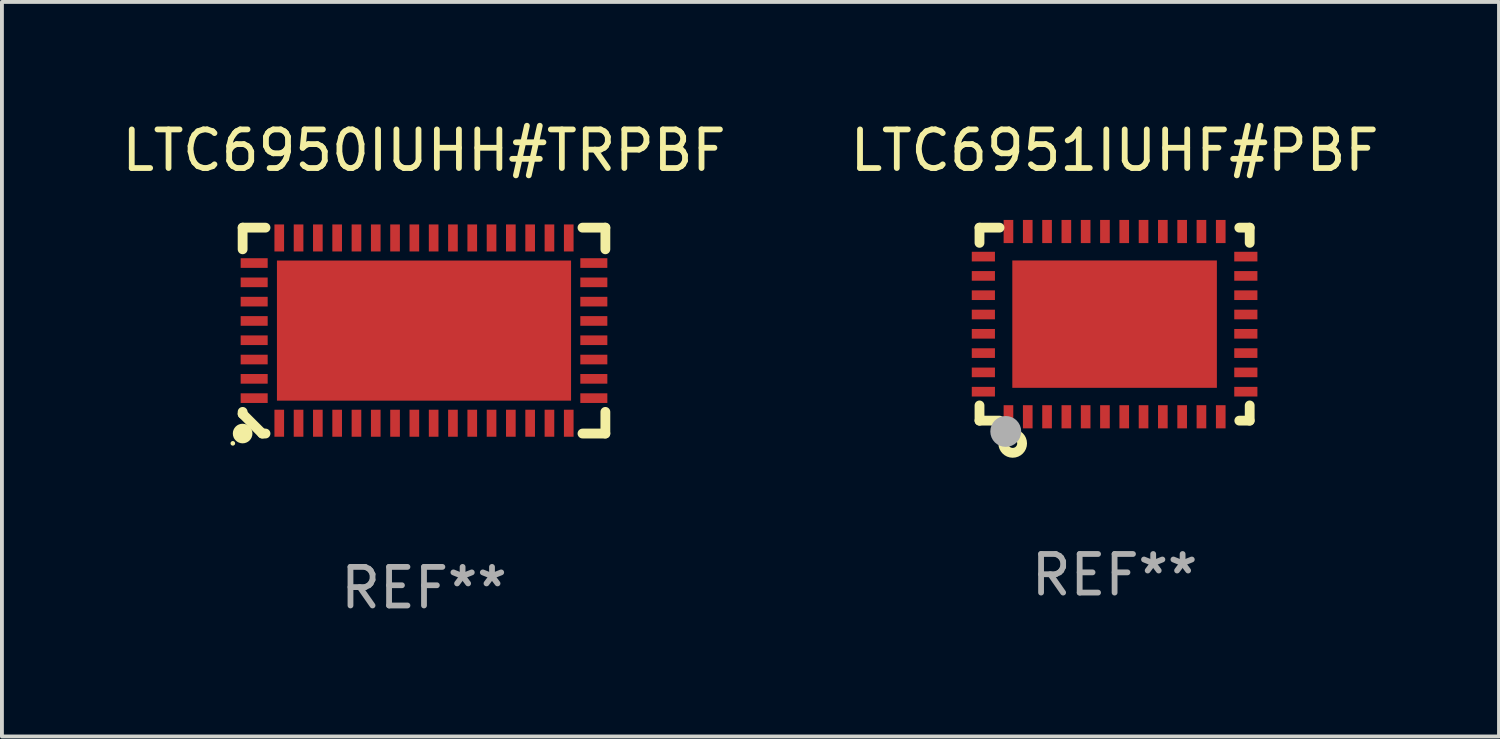
<source format=kicad_pcb>
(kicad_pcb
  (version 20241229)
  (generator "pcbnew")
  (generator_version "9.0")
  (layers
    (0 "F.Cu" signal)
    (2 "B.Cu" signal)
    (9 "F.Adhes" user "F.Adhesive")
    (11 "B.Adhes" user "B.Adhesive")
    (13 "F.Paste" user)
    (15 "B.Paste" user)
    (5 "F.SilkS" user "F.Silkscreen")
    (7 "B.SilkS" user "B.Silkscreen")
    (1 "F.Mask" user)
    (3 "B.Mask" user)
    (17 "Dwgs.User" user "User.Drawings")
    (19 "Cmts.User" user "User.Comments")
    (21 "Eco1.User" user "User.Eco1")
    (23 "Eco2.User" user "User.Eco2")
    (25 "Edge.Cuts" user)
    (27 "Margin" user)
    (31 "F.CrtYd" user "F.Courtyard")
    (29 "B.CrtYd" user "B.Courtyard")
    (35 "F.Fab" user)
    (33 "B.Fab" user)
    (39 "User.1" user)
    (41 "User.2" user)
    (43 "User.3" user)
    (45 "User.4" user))
  (footprint "LTC6951IUHF#PBF"
    (layer "F.Cu")
    (at 25.827 5.348)
    (property "Reference" "LTC6951IUHF#PBF" (at 0 -4.5 0) (layer "F.SilkS") (effects (font (size 1 1) (thickness 0.15))))
    (attr through_hole)
    (fp_line (start -3.5 -2.5) (end -3.5 -2.106) (stroke (width 0.254) (type solid)) (layer "F.SilkS"))
    (fp_line (start -3.5 2.106) (end -3.5 2.5) (stroke (width 0.254) (type solid)) (layer "F.SilkS"))
    (fp_line (start -3.5 2.5) (end -2.981 2.5) (stroke (width 0.254) (type solid)) (layer "F.SilkS"))
    (fp_line (start -2.981 -2.5) (end -3.5 -2.5) (stroke (width 0.254) (type solid)) (layer "F.SilkS"))
    (fp_line (start 3.231 2.5) (end 3.5 2.5) (stroke (width 0.254) (type solid)) (layer "F.SilkS"))
    (fp_line (start 3.5 -2.5) (end 3.231 -2.5) (stroke (width 0.254) (type solid)) (layer "F.SilkS"))
    (fp_line (start 3.5 -2.106) (end 3.5 -2.5) (stroke (width 0.254) (type solid)) (layer "F.SilkS"))
    (fp_line (start 3.5 2.5) (end 3.5 2.106) (stroke (width 0.254) (type solid)) (layer "F.SilkS"))
    (fp_circle (center -3.5 2.5) (end -3.44 2.5) (stroke (width 0.12) (type solid)) (fill no) (layer "F.SilkS"))
    (fp_circle (center -2.64 3.09) (end -2.523 3.09) (stroke (width 0.254) (type solid)) (fill no) (layer "F.SilkS"))
    (fp_circle (center -2.82 2.78) (end -2.62 2.78) (stroke (width 0.4) (type solid)) (fill no) (layer "F.Fab"))
    (fp_text user "REF**" (at 0 6.5 0) (layer "F.Fab") (effects (font (size 1 1) (thickness 0.15))))
    (pad "1" smd rect (at -2.75 2.4 90) (size 0.6 0.25) (layers "F.Cu" "F.Mask" "F.Paste"))
    (pad "2" smd rect (at -2.25 2.4 90) (size 0.6 0.25) (layers "F.Cu" "F.Mask" "F.Paste"))
    (pad "3" smd rect (at -1.75 2.4 90) (size 0.6 0.25) (layers "F.Cu" "F.Mask" "F.Paste"))
    (pad "4" smd rect (at -1.25 2.4 90) (size 0.6 0.25) (layers "F.Cu" "F.Mask" "F.Paste"))
    (pad "5" smd rect (at -0.75 2.4 90) (size 0.6 0.25) (layers "F.Cu" "F.Mask" "F.Paste"))
    (pad "6" smd rect (at -0.25 2.4 90) (size 0.6 0.25) (layers "F.Cu" "F.Mask" "F.Paste"))
    (pad "7" smd rect (at 0.25 2.4 90) (size 0.6 0.25) (layers "F.Cu" "F.Mask" "F.Paste"))
    (pad "8" smd rect (at 0.75 2.4 90) (size 0.6 0.25) (layers "F.Cu" "F.Mask" "F.Paste"))
    (pad "9" smd rect (at 1.25 2.4 90) (size 0.6 0.25) (layers "F.Cu" "F.Mask" "F.Paste"))
    (pad "10" smd rect (at 1.75 2.4 90) (size 0.6 0.25) (layers "F.Cu" "F.Mask" "F.Paste"))
    (pad "11" smd rect (at 2.25 2.4 90) (size 0.6 0.25) (layers "F.Cu" "F.Mask" "F.Paste"))
    (pad "12" smd rect (at 2.75 2.4 90) (size 0.6 0.25) (layers "F.Cu" "F.Mask" "F.Paste"))
    (pad "13" smd rect (at 3.4 1.75 180) (size 0.6 0.25) (layers "F.Cu" "F.Mask" "F.Paste"))
    (pad "14" smd rect (at 3.4 1.25 180) (size 0.6 0.25) (layers "F.Cu" "F.Mask" "F.Paste"))
    (pad "15" smd rect (at 3.4 0.75 180) (size 0.6 0.25) (layers "F.Cu" "F.Mask" "F.Paste"))
    (pad "16" smd rect (at 3.4 0.25 180) (size 0.6 0.25) (layers "F.Cu" "F.Mask" "F.Paste"))
    (pad "17" smd rect (at 3.4 -0.25 180) (size 0.6 0.25) (layers "F.Cu" "F.Mask" "F.Paste"))
    (pad "18" smd rect (at 3.4 -0.75 180) (size 0.6 0.25) (layers "F.Cu" "F.Mask" "F.Paste"))
    (pad "19" smd rect (at 3.4 -1.25 180) (size 0.6 0.25) (layers "F.Cu" "F.Mask" "F.Paste"))
    (pad "20" smd rect (at 3.4 -1.75 180) (size 0.6 0.25) (layers "F.Cu" "F.Mask" "F.Paste"))
    (pad "21" smd rect (at 2.75 -2.4 270) (size 0.6 0.25) (layers "F.Cu" "F.Mask" "F.Paste"))
    (pad "22" smd rect (at 2.25 -2.4 270) (size 0.6 0.25) (layers "F.Cu" "F.Mask" "F.Paste"))
    (pad "23" smd rect (at 1.75 -2.4 270) (size 0.6 0.25) (layers "F.Cu" "F.Mask" "F.Paste"))
    (pad "24" smd rect (at 1.25 -2.4 270) (size 0.6 0.25) (layers "F.Cu" "F.Mask" "F.Paste"))
    (pad "25" smd rect (at 0.75 -2.4 270) (size 0.6 0.25) (layers "F.Cu" "F.Mask" "F.Paste"))
    (pad "26" smd rect (at 0.25 -2.4 270) (size 0.6 0.25) (layers "F.Cu" "F.Mask" "F.Paste"))
    (pad "27" smd rect (at -0.25 -2.4 270) (size 0.6 0.25) (layers "F.Cu" "F.Mask" "F.Paste"))
    (pad "28" smd rect (at -0.75 -2.4 270) (size 0.6 0.25) (layers "F.Cu" "F.Mask" "F.Paste"))
    (pad "29" smd rect (at -1.25 -2.4 270) (size 0.6 0.25) (layers "F.Cu" "F.Mask" "F.Paste"))
    (pad "30" smd rect (at -1.75 -2.4 270) (size 0.6 0.25) (layers "F.Cu" "F.Mask" "F.Paste"))
    (pad "31" smd rect (at -2.25 -2.4 270) (size 0.6 0.25) (layers "F.Cu" "F.Mask" "F.Paste"))
    (pad "32" smd rect (at -2.75 -2.4 270) (size 0.6 0.25) (layers "F.Cu" "F.Mask" "F.Paste"))
    (pad "33" smd rect (at -3.4 -1.75) (size 0.6 0.25) (layers "F.Cu" "F.Mask" "F.Paste"))
    (pad "34" smd rect (at -3.4 -1.25) (size 0.6 0.25) (layers "F.Cu" "F.Mask" "F.Paste"))
    (pad "35" smd rect (at -3.4 -0.75) (size 0.6 0.25) (layers "F.Cu" "F.Mask" "F.Paste"))
    (pad "36" smd rect (at -3.4 -0.25) (size 0.6 0.25) (layers "F.Cu" "F.Mask" "F.Paste"))
    (pad "37" smd rect (at -3.4 0.25) (size 0.6 0.25) (layers "F.Cu" "F.Mask" "F.Paste"))
    (pad "38" smd rect (at -3.4 0.75) (size 0.6 0.25) (layers "F.Cu" "F.Mask" "F.Paste"))
    (pad "39" smd rect (at -3.4 1.25) (size 0.6 0.25) (layers "F.Cu" "F.Mask" "F.Paste"))
    (pad "40" smd rect (at -3.4 1.75) (size 0.6 0.25) (layers "F.Cu" "F.Mask" "F.Paste"))
    (pad "41" smd rect (at -0.000102 -0.000025 270) (size 3.3 5.3) (layers "F.Cu" "F.Mask" "F.Paste")))
  (footprint "LTC6950IUHH#TRPBF"
    (layer "F.Cu")
    (at 7.935 5.515)
    (property "Reference" "LTC6950IUHH#TRPBF" (at 0 -4.667 0) (layer "F.SilkS") (effects (font (size 1 1) (thickness 0.15))))
    (attr through_hole)
    (fp_line (start -4.699 -2.667) (end -4.699 -2.106) (stroke (width 0.254) (type solid)) (layer "F.SilkS"))
    (fp_line (start -4.699 2.106) (end -4.699 2.159) (stroke (width 0.254) (type solid)) (layer "F.SilkS"))
    (fp_line (start -4.699 2.159) (end -4.191 2.667) (stroke (width 0.254) (type solid)) (layer "F.SilkS"))
    (fp_line (start -4.191 2.667) (end -4.106 2.667) (stroke (width 0.254) (type solid)) (layer "F.SilkS"))
    (fp_line (start -4.106 -2.667) (end -4.699 -2.667) (stroke (width 0.254) (type solid)) (layer "F.SilkS"))
    (fp_line (start 4.106 2.667) (end 4.699 2.667) (stroke (width 0.254) (type solid)) (layer "F.SilkS"))
    (fp_line (start 4.699 -2.667) (end 4.106 -2.667) (stroke (width 0.254) (type solid)) (layer "F.SilkS"))
    (fp_line (start 4.699 -2.106) (end 4.699 -2.667) (stroke (width 0.254) (type solid)) (layer "F.SilkS"))
    (fp_line (start 4.699 2.667) (end 4.699 2.106) (stroke (width 0.254) (type solid)) (layer "F.SilkS"))
    (fp_circle (center -4.953 2.921) (end -4.923 2.921) (stroke (width 0.06) (type solid)) (fill no) (layer "F.SilkS"))
    (fp_circle (center -4.699 2.667) (end -4.572 2.667) (stroke (width 0.254) (type solid)) (fill no) (layer "F.SilkS"))
    (fp_text user "REF**" (at 0 6.667 0) (layer "F.Fab") (effects (font (size 1 1) (thickness 0.15))))
    (pad "1" smd rect (at -3.75 2.4) (size 0.25 0.7) (layers "F.Cu" "F.Mask" "F.Paste"))
    (pad "2" smd rect (at -3.25 2.4) (size 0.25 0.7) (layers "F.Cu" "F.Mask" "F.Paste"))
    (pad "3" smd rect (at -2.75 2.4) (size 0.25 0.7) (layers "F.Cu" "F.Mask" "F.Paste"))
    (pad "4" smd rect (at -2.25 2.4) (size 0.25 0.7) (layers "F.Cu" "F.Mask" "F.Paste"))
    (pad "5" smd rect (at -1.75 2.4) (size 0.25 0.7) (layers "F.Cu" "F.Mask" "F.Paste"))
    (pad "6" smd rect (at -1.25 2.4) (size 0.25 0.7) (layers "F.Cu" "F.Mask" "F.Paste"))
    (pad "7" smd rect (at -0.75 2.4) (size 0.25 0.7) (layers "F.Cu" "F.Mask" "F.Paste"))
    (pad "8" smd rect (at -0.25 2.4) (size 0.25 0.7) (layers "F.Cu" "F.Mask" "F.Paste"))
    (pad "9" smd rect (at 0.25 2.4) (size 0.25 0.7) (layers "F.Cu" "F.Mask" "F.Paste"))
    (pad "10" smd rect (at 0.75 2.4) (size 0.25 0.7) (layers "F.Cu" "F.Mask" "F.Paste"))
    (pad "11" smd rect (at 1.25 2.4) (size 0.25 0.7) (layers "F.Cu" "F.Mask" "F.Paste"))
    (pad "12" smd rect (at 1.75 2.4) (size 0.25 0.7) (layers "F.Cu" "F.Mask" "F.Paste"))
    (pad "13" smd rect (at 2.25 2.4) (size 0.25 0.7) (layers "F.Cu" "F.Mask" "F.Paste"))
    (pad "14" smd rect (at 2.75 2.4) (size 0.25 0.7) (layers "F.Cu" "F.Mask" "F.Paste"))
    (pad "15" smd rect (at 3.25 2.4) (size 0.25 0.7) (layers "F.Cu" "F.Mask" "F.Paste"))
    (pad "16" smd rect (at 3.75 2.4) (size 0.25 0.7) (layers "F.Cu" "F.Mask" "F.Paste"))
    (pad "17" smd rect (at 4.4 1.75 90) (size 0.25 0.7) (layers "F.Cu" "F.Mask" "F.Paste"))
    (pad "18" smd rect (at 4.4 1.25 90) (size 0.25 0.7) (layers "F.Cu" "F.Mask" "F.Paste"))
    (pad "19" smd rect (at 4.4 0.75 90) (size 0.25 0.7) (layers "F.Cu" "F.Mask" "F.Paste"))
    (pad "20" smd rect (at 4.4 0.25 90) (size 0.25 0.7) (layers "F.Cu" "F.Mask" "F.Paste"))
    (pad "21" smd rect (at 4.4 -0.25 90) (size 0.25 0.7) (layers "F.Cu" "F.Mask" "F.Paste"))
    (pad "22" smd rect (at 4.4 -0.75 90) (size 0.25 0.7) (layers "F.Cu" "F.Mask" "F.Paste"))
    (pad "23" smd rect (at 4.4 -1.25 90) (size 0.25 0.7) (layers "F.Cu" "F.Mask" "F.Paste"))
    (pad "24" smd rect (at 4.4 -1.75 90) (size 0.25 0.7) (layers "F.Cu" "F.Mask" "F.Paste"))
    (pad "25" smd rect (at 3.75 -2.4 180) (size 0.25 0.7) (layers "F.Cu" "F.Mask" "F.Paste"))
    (pad "26" smd rect (at 3.25 -2.4 180) (size 0.25 0.7) (layers "F.Cu" "F.Mask" "F.Paste"))
    (pad "27" smd rect (at 2.75 -2.4 180) (size 0.25 0.7) (layers "F.Cu" "F.Mask" "F.Paste"))
    (pad "28" smd rect (at 2.25 -2.4 180) (size 0.25 0.7) (layers "F.Cu" "F.Mask" "F.Paste"))
    (pad "29" smd rect (at 1.75 -2.4 180) (size 0.25 0.7) (layers "F.Cu" "F.Mask" "F.Paste"))
    (pad "30" smd rect (at 1.25 -2.4 180) (size 0.25 0.7) (layers "F.Cu" "F.Mask" "F.Paste"))
    (pad "31" smd rect (at 0.75 -2.4 180) (size 0.25 0.7) (layers "F.Cu" "F.Mask" "F.Paste"))
    (pad "32" smd rect (at 0.25 -2.4 180) (size 0.25 0.7) (layers "F.Cu" "F.Mask" "F.Paste"))
    (pad "33" smd rect (at -0.25 -2.4 180) (size 0.25 0.7) (layers "F.Cu" "F.Mask" "F.Paste"))
    (pad "34" smd rect (at -0.75 -2.4 180) (size 0.25 0.7) (layers "F.Cu" "F.Mask" "F.Paste"))
    (pad "35" smd rect (at -1.25 -2.4 180) (size 0.25 0.7) (layers "F.Cu" "F.Mask" "F.Paste"))
    (pad "36" smd rect (at -1.75 -2.4 180) (size 0.25 0.7) (layers "F.Cu" "F.Mask" "F.Paste"))
    (pad "37" smd rect (at -2.25 -2.4 180) (size 0.25 0.7) (layers "F.Cu" "F.Mask" "F.Paste"))
    (pad "38" smd rect (at -2.75 -2.4 180) (size 0.25 0.7) (layers "F.Cu" "F.Mask" "F.Paste"))
    (pad "39" smd rect (at -3.25 -2.4 180) (size 0.25 0.7) (layers "F.Cu" "F.Mask" "F.Paste"))
    (pad "40" smd rect (at -3.75 -2.4 180) (size 0.25 0.7) (layers "F.Cu" "F.Mask" "F.Paste"))
    (pad "41" smd rect (at -4.4 -1.75 270) (size 0.25 0.7) (layers "F.Cu" "F.Mask" "F.Paste"))
    (pad "42" smd rect (at -4.4 -1.25 270) (size 0.25 0.7) (layers "F.Cu" "F.Mask" "F.Paste"))
    (pad "43" smd rect (at -4.4 -0.75 270) (size 0.25 0.7) (layers "F.Cu" "F.Mask" "F.Paste"))
    (pad "44" smd rect (at -4.4 -0.25 270) (size 0.25 0.7) (layers "F.Cu" "F.Mask" "F.Paste"))
    (pad "45" smd rect (at -4.4 0.25 270) (size 0.25 0.7) (layers "F.Cu" "F.Mask" "F.Paste"))
    (pad "46" smd rect (at -4.4 0.75 270) (size 0.25 0.7) (layers "F.Cu" "F.Mask" "F.Paste"))
    (pad "47" smd rect (at -4.4 1.25 270) (size 0.25 0.7) (layers "F.Cu" "F.Mask" "F.Paste"))
    (pad "48" smd rect (at -4.4 1.75 270) (size 0.25 0.7) (layers "F.Cu" "F.Mask" "F.Paste"))
    (pad "49" smd rect (at 0 0) (size 7.62 3.63) (layers "F.Cu" "F.Mask" "F.Paste")))
  (gr_rect
    (start -3 -3)
    (end 35.786 16.031)
    (stroke (width 0.1) (type default))
    (fill no)
    (layer "Edge.Cuts")))
</source>
